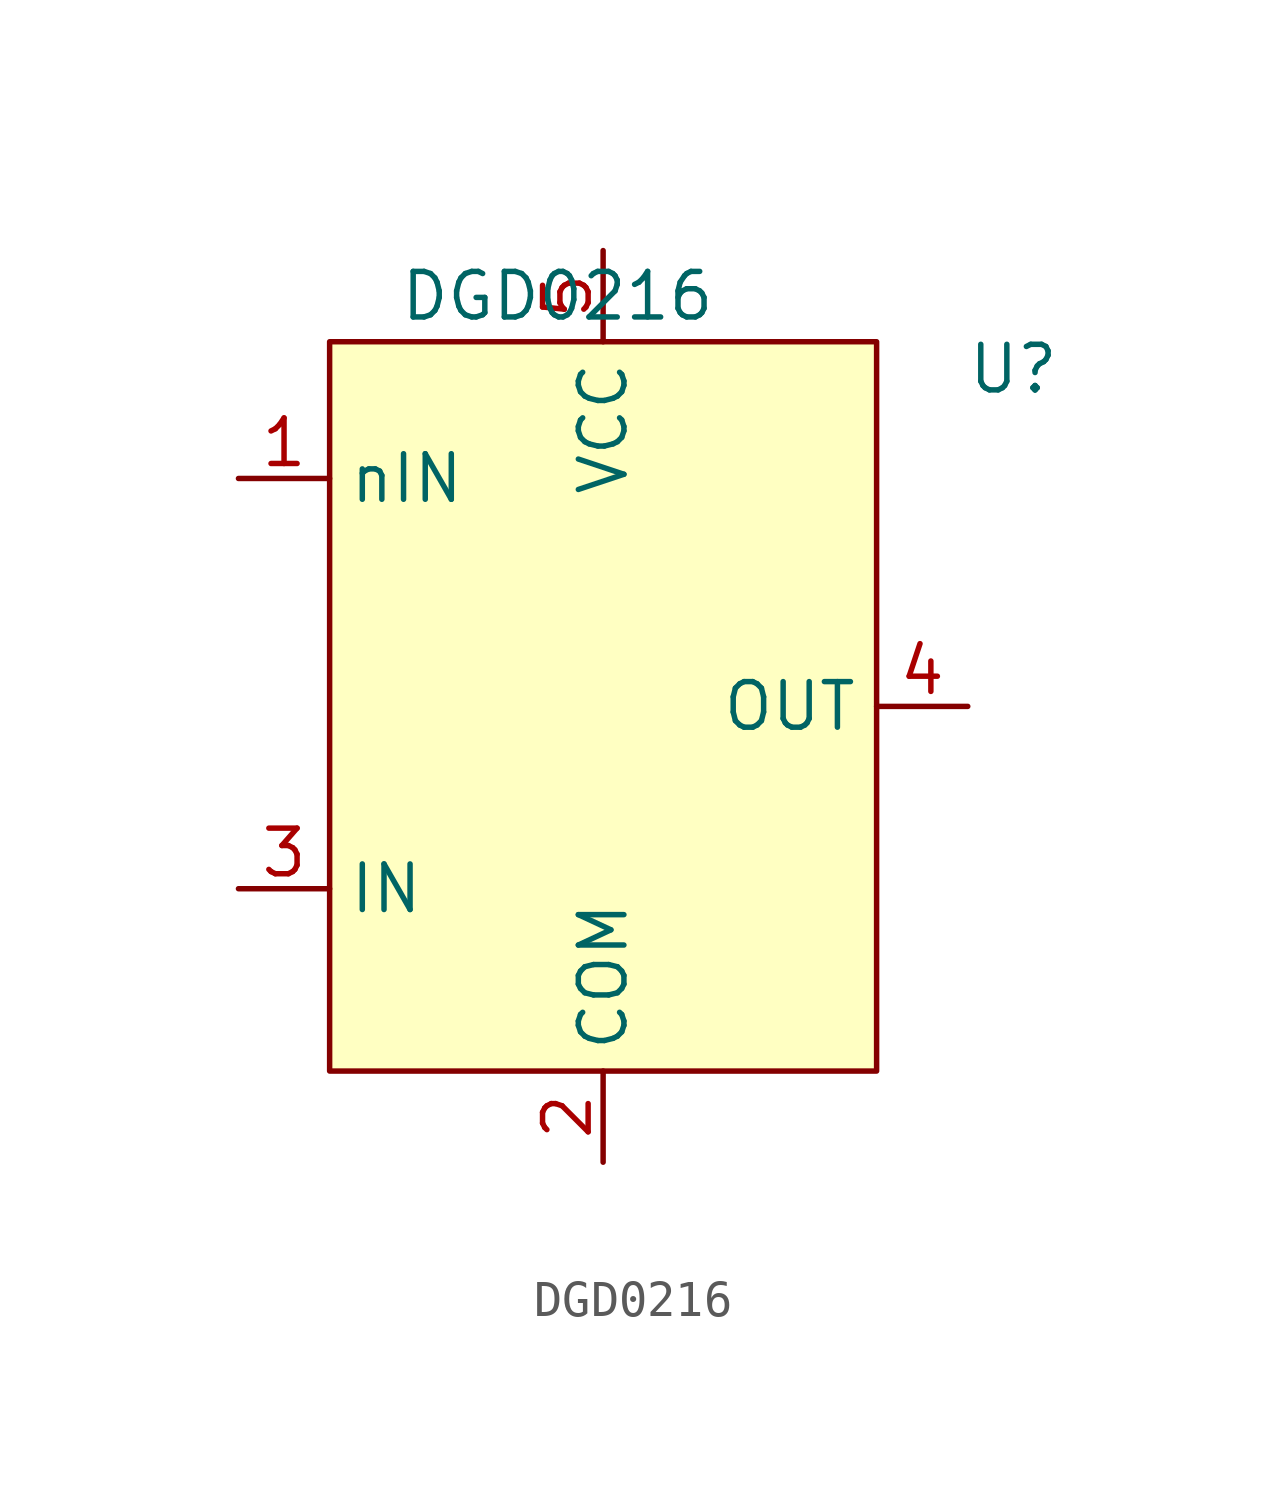
<source format=kicad_sym>
(kicad_symbol_lib
  (version 20231120)
  (generator "kicad_symbol_editor")
  (generator_version "8.0")
  (symbol "DGD0216"
    (property "Reference" "U"
      (at 11.43 -2.032 0)
      (effects (font (size 1.27 1.27))))
    (property "Value" "DGD0216"
      (at -1.27 0 0)
      (effects (font (size 1.27 1.27))))
    (symbol "DGD0216_1_1"
      (rectangle (start -7.62 -1.27) (end 7.62 -21.59) (stroke (width 0) (type default)) (fill (type background)))
      (pin input line (at -10.16 -5.08 0) (length 2.54) (name "nIN" (effects (font (size 1.27 1.27)))) (number "1" (effects (font (size 1.27 1.27)))))
      (pin passive line (at 0 -24.13 90) (length 2.54) (name "COM" (effects (font (size 1.27 1.27)))) (number "2" (effects (font (size 1.27 1.27)))))
      (pin input line (at -10.16 -16.51 0) (length 2.54) (name "IN" (effects (font (size 1.27 1.27)))) (number "3" (effects (font (size 1.27 1.27)))))
      (pin input line (at 10.16 -11.43 180) (length 2.54) (name "OUT" (effects (font (size 1.27 1.27)))) (number "4" (effects (font (size 1.27 1.27)))))
      (pin power_in line (at 0 1.27 270) (length 2.54) (name "VCC" (effects (font (size 1.27 1.27)))) (number "5" (effects (font (size 1.27 1.27))))))))
</source>
